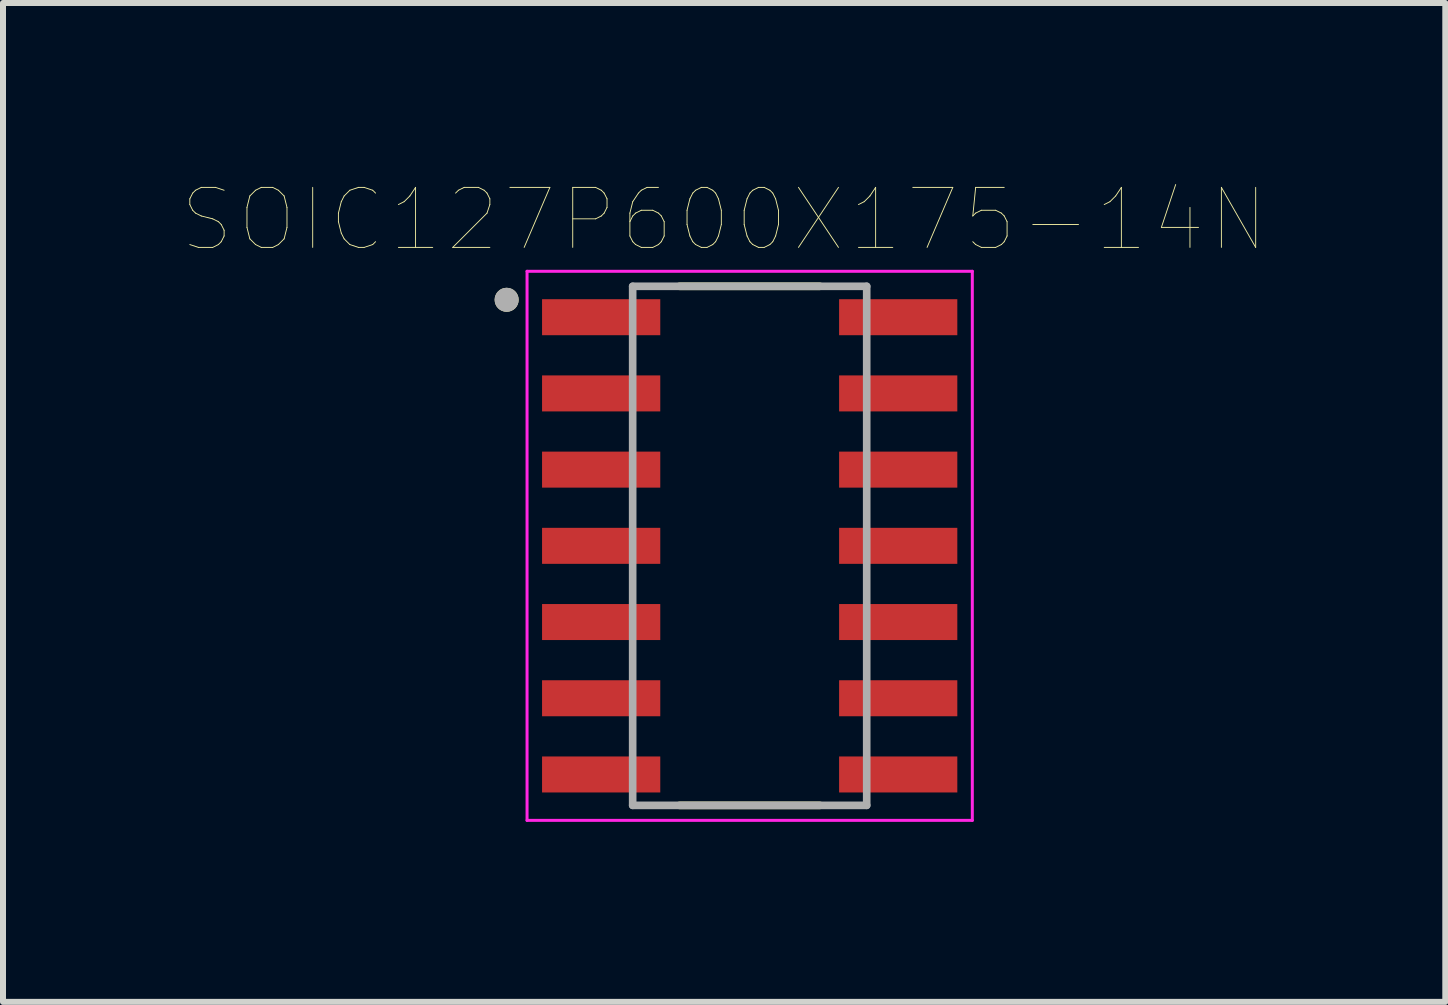
<source format=kicad_pcb>
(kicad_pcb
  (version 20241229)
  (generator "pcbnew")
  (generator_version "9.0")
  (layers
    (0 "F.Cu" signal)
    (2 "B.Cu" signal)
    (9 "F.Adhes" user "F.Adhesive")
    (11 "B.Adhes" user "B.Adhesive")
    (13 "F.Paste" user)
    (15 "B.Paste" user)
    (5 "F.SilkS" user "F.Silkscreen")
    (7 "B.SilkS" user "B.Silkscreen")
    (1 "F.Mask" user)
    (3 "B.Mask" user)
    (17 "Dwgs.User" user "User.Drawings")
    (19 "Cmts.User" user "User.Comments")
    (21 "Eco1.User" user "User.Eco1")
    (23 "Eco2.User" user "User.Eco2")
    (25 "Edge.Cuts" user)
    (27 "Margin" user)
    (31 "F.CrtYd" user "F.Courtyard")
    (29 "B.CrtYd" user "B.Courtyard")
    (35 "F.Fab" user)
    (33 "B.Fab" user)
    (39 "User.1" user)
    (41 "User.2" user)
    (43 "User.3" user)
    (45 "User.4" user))
  (footprint "SOIC127P600X175-14N"
    (layer "F.Cu")
    (at 9.443 6.046)
    (property "Reference" "SOIC127P600X175-14N" (at -0.425 -5.435 0) (layer "F.SilkS") (effects (font (size 1 1) (thickness 0.015))))
    (attr through_hole)
    (fp_line (start -1.17 -4.325) (end 1.17 -4.325) (stroke (width 0.127) (type solid)) (layer "F.SilkS"))
    (fp_line (start -1.17 4.325) (end 1.17 4.325) (stroke (width 0.127) (type solid)) (layer "F.SilkS"))
    (fp_circle (center -4.05 -4.1) (end -3.95 -4.1) (stroke (width 0.2) (type solid)) (fill no) (layer "F.SilkS"))
    (fp_line (start -3.71 -4.575) (end 3.71 -4.575) (stroke (width 0.05) (type solid)) (layer "F.CrtYd"))
    (fp_line (start -3.71 4.575) (end -3.71 -4.575) (stroke (width 0.05) (type solid)) (layer "F.CrtYd"))
    (fp_line (start 3.71 -4.575) (end 3.71 4.575) (stroke (width 0.05) (type solid)) (layer "F.CrtYd"))
    (fp_line (start 3.71 4.575) (end -3.71 4.575) (stroke (width 0.05) (type solid)) (layer "F.CrtYd"))
    (fp_line (start -1.95 -4.325) (end 1.95 -4.325) (stroke (width 0.127) (type solid)) (layer "F.Fab"))
    (fp_line (start -1.95 4.325) (end -1.95 -4.325) (stroke (width 0.127) (type solid)) (layer "F.Fab"))
    (fp_line (start 1.95 -4.325) (end 1.95 4.325) (stroke (width 0.127) (type solid)) (layer "F.Fab"))
    (fp_line (start 1.95 4.325) (end -1.95 4.325) (stroke (width 0.127) (type solid)) (layer "F.Fab"))
    (fp_circle (center -4.05 -4.1) (end -3.95 -4.1) (stroke (width 0.2) (type solid)) (fill no) (layer "F.Fab"))
    (pad "1" smd rect (at -2.475 -3.81) (size 1.97 0.6) (layers "F.Cu" "F.Mask" "F.Paste"))
    (pad "2" smd rect (at -2.475 -2.54) (size 1.97 0.6) (layers "F.Cu" "F.Mask" "F.Paste"))
    (pad "3" smd rect (at -2.475 -1.27) (size 1.97 0.6) (layers "F.Cu" "F.Mask" "F.Paste"))
    (pad "4" smd rect (at -2.475 0) (size 1.97 0.6) (layers "F.Cu" "F.Mask" "F.Paste"))
    (pad "5" smd rect (at -2.475 1.27) (size 1.97 0.6) (layers "F.Cu" "F.Mask" "F.Paste"))
    (pad "6" smd rect (at -2.475 2.54) (size 1.97 0.6) (layers "F.Cu" "F.Mask" "F.Paste"))
    (pad "7" smd rect (at -2.475 3.81) (size 1.97 0.6) (layers "F.Cu" "F.Mask" "F.Paste"))
    (pad "8" smd rect (at 2.475 3.81) (size 1.97 0.6) (layers "F.Cu" "F.Mask" "F.Paste"))
    (pad "9" smd rect (at 2.475 2.54) (size 1.97 0.6) (layers "F.Cu" "F.Mask" "F.Paste"))
    (pad "10" smd rect (at 2.475 1.27) (size 1.97 0.6) (layers "F.Cu" "F.Mask" "F.Paste"))
    (pad "11" smd rect (at 2.475 0) (size 1.97 0.6) (layers "F.Cu" "F.Mask" "F.Paste"))
    (pad "12" smd rect (at 2.475 -1.27) (size 1.97 0.6) (layers "F.Cu" "F.Mask" "F.Paste"))
    (pad "13" smd rect (at 2.475 -2.54) (size 1.97 0.6) (layers "F.Cu" "F.Mask" "F.Paste"))
    (pad "14" smd rect (at 2.475 -3.81) (size 1.97 0.6) (layers "F.Cu" "F.Mask" "F.Paste")))
  (gr_rect
    (start -3 -3)
    (end 21.035 13.646)
    (stroke (width 0.1) (type default))
    (fill no)
    (layer "Edge.Cuts")))
</source>
